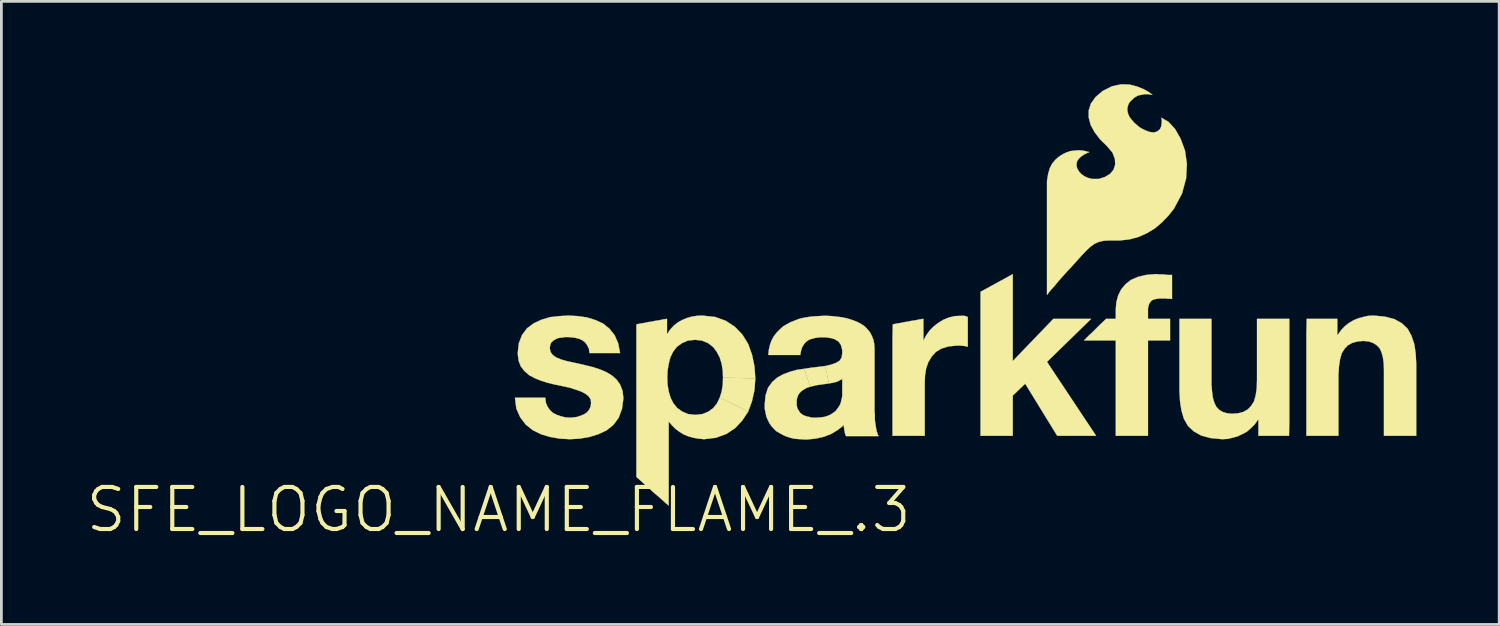
<source format=kicad_pcb>
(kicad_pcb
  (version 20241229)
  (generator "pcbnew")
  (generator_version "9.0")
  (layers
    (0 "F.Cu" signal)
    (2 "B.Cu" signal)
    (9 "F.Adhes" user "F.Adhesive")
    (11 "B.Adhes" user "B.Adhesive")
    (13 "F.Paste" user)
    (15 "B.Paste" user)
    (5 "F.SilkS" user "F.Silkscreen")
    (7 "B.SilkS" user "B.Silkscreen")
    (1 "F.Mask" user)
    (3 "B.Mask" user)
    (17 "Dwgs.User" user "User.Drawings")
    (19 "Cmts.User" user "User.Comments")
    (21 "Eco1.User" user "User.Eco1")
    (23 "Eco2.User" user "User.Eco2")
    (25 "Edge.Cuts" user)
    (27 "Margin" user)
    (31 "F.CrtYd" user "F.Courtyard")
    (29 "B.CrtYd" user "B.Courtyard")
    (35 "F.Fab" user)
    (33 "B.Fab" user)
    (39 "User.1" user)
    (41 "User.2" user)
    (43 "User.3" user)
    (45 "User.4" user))
  (footprint "SFE_LOGO_NAME_FLAME_.3"
    (layer "F.Cu")
    (at 15.022 15.423)
    (property "Reference" "SFE_LOGO_NAME_FLAME_.3" (at 0 0 0) (layer "F.SilkS") (effects (font (size 1.524 1.524) (thickness 0.15))))
    (attr exclude_from_pos_files exclude_from_bom)
    (fp_poly (pts (xy 8.009 -4.059) (xy 8.08 -4.288) (xy 8.118 -4.529) (xy 8.128 -4.788) (xy 9.299 -4.76) (xy 9.268 -4.338) (xy 9.18 -3.94) (xy 9.04 -3.559)) (stroke (width 0.01) (type solid)) (fill yes) (layer "F.SilkS"))
    (fp_poly (pts (xy 17.46 -7.899) (xy 18.628 -8.539) (xy 18.628 -5.39) (xy 20.099 -6.919) (xy 21.468 -6.919) (xy 19.868 -5.359) (xy 21.648 -2.68) (xy 20.239 -2.68) (xy 19.078 -4.569) (xy 18.628 -4.138) (xy 18.628 -2.68) (xy 17.46 -2.68)) (stroke (width 0.01) (type solid)) (fill yes) (layer "F.SilkS"))
    (fp_poly (pts (xy 11.069 -5.108) (xy 11.328 -5.149) (xy 11.587 -5.179) (xy 11.829 -5.21) (xy 11.968 -4.58) (xy 11.9 -4.569) (xy 11.829 -4.559) (xy 11.758 -4.549) (xy 11.689 -4.539) (xy 11.618 -4.529) (xy 11.549 -4.519) (xy 11.488 -4.508) (xy 11.42 -4.488) (xy 11.349 -4.478) (xy 11.288 -4.458)) (stroke (width 0.01) (type solid)) (fill yes) (layer "F.SilkS"))
    (fp_poly (pts (xy 14.28 -6.718) (xy 14.42 -6.749) (xy 14.559 -6.769) (xy 14.699 -6.8) (xy 14.829 -6.82) (xy 14.968 -6.848) (xy 15.108 -6.868) (xy 15.248 -6.899) (xy 15.39 -6.919) (xy 15.39 -6.129) (xy 15.489 -6.32) (xy 15.618 -6.5) (xy 15.768 -6.65) (xy 15.938 -6.779) (xy 16.119 -6.888) (xy 16.32 -6.97) (xy 16.528 -7.018) (xy 16.749 -7.028) (xy 16.878 -7.028) (xy 16.909 -7.018) (xy 16.939 -7.008) (xy 16.97 -6.998) (xy 16.998 -6.988) (xy 16.998 -5.908) (xy 16.96 -5.918) (xy 16.909 -5.928) (xy 16.858 -5.939) (xy 16.81 -5.939) (xy 16.749 -5.949) (xy 16.579 -5.949) (xy 16.289 -5.918) (xy 16.038 -5.839) (xy 15.839 -5.718) (xy 15.69 -5.55) (xy 15.568 -5.349) (xy 15.489 -5.118) (xy 15.448 -4.859) (xy 15.438 -4.59) (xy 15.438 -2.68) (xy 14.27 -2.68) (xy 14.27 -6.218)) (stroke (width 0.01) (type solid)) (fill yes) (layer "F.SilkS"))
    (fp_poly (pts (xy 28.639 -2.68) (xy 27.529 -2.68) (xy 27.529 -3.269) (xy 27.518 -3.269) (xy 27.399 -3.099) (xy 27.259 -2.959) (xy 27.109 -2.83) (xy 26.939 -2.738) (xy 26.769 -2.659) (xy 26.589 -2.609) (xy 26.408 -2.568) (xy 26.218 -2.558) (xy 25.799 -2.598) (xy 25.458 -2.69) (xy 25.189 -2.84) (xy 24.978 -3.038) (xy 24.828 -3.299) (xy 24.74 -3.599) (xy 24.689 -3.929) (xy 24.668 -4.308) (xy 24.668 -6.919) (xy 25.829 -6.919) (xy 25.829 -4.529) (xy 25.85 -4.28) (xy 25.878 -4.069) (xy 25.928 -3.889) (xy 25.999 -3.739) (xy 26.099 -3.63) (xy 26.228 -3.548) (xy 26.388 -3.498) (xy 26.579 -3.48) (xy 26.8 -3.498) (xy 26.988 -3.548) (xy 27.148 -3.64) (xy 27.269 -3.769) (xy 27.369 -3.929) (xy 27.429 -4.138) (xy 27.468 -4.399) (xy 27.478 -4.699) (xy 27.478 -6.919) (xy 28.649 -6.919) (xy 28.649 -3.208)) (stroke (width 0.01) (type solid)) (fill yes) (layer "F.SilkS"))
    (fp_poly (pts (xy 29.279 -6.919) (xy 30.389 -6.919) (xy 30.389 -6.33) (xy 30.399 -6.33) (xy 30.518 -6.5) (xy 30.658 -6.65) (xy 30.808 -6.769) (xy 30.978 -6.868) (xy 31.148 -6.939) (xy 31.328 -6.988) (xy 31.509 -7.028) (xy 31.699 -7.038) (xy 32.118 -6.998) (xy 32.459 -6.909) (xy 32.728 -6.759) (xy 32.939 -6.558) (xy 33.078 -6.299) (xy 33.177 -6.01) (xy 33.228 -5.669) (xy 33.249 -5.288) (xy 33.249 -2.68) (xy 32.078 -2.68) (xy 32.078 -5.08) (xy 32.068 -5.319) (xy 32.04 -5.53) (xy 31.989 -5.71) (xy 31.918 -5.86) (xy 31.808 -5.969) (xy 31.679 -6.048) (xy 31.529 -6.099) (xy 31.339 -6.119) (xy 31.118 -6.099) (xy 30.93 -6.048) (xy 30.77 -5.959) (xy 30.648 -5.829) (xy 30.549 -5.669) (xy 30.488 -5.458) (xy 30.45 -5.199) (xy 30.429 -4.9) (xy 30.429 -2.68) (xy 29.268 -2.68) (xy 29.268 -6.388)) (stroke (width 0.01) (type solid)) (fill yes) (layer "F.SilkS"))
    (fp_poly (pts (xy 22.36 -6.139) (xy 21.209 -6.139) (xy 21.308 -6.238) (xy 21.41 -6.34) (xy 21.509 -6.429) (xy 21.608 -6.528) (xy 21.709 -6.629) (xy 21.808 -6.728) (xy 21.907 -6.82) (xy 22.009 -6.919) (xy 22.36 -6.919) (xy 22.36 -7.249) (xy 22.38 -7.518) (xy 22.449 -7.77) (xy 22.558 -7.988) (xy 22.718 -8.179) (xy 22.908 -8.329) (xy 23.16 -8.438) (xy 23.449 -8.509) (xy 23.779 -8.539) (xy 23.858 -8.539) (xy 23.939 -8.529) (xy 24.089 -8.529) (xy 24.168 -8.519) (xy 24.249 -8.509) (xy 24.399 -8.509) (xy 24.399 -7.638) (xy 24.338 -7.648) (xy 24.239 -7.648) (xy 24.178 -7.658) (xy 23.97 -7.658) (xy 23.858 -7.648) (xy 23.769 -7.628) (xy 23.688 -7.6) (xy 23.63 -7.549) (xy 23.579 -7.478) (xy 23.548 -7.399) (xy 23.528 -7.3) (xy 23.528 -6.919) (xy 24.328 -6.919) (xy 24.328 -6.139) (xy 23.528 -6.139) (xy 23.528 -2.68) (xy 22.36 -2.68) (xy 22.36 -5.71)) (stroke (width 0.01) (type solid)) (fill yes) (layer "F.SilkS"))
    (fp_poly (pts (xy 9.04 -3.559) (xy 8.829 -3.239) (xy 8.57 -2.959) (xy 8.25 -2.748) (xy 7.869 -2.609) (xy 7.44 -2.558) (xy 7.239 -2.578) (xy 7.059 -2.609) (xy 6.878 -2.659) (xy 6.708 -2.728) (xy 6.558 -2.819) (xy 6.408 -2.929) (xy 6.279 -3.058) (xy 6.16 -3.198) (xy 6.16 -0.15) (xy 6.01 -0.279) (xy 5.87 -0.409) (xy 5.718 -0.538) (xy 5.568 -0.668) (xy 5.428 -0.798) (xy 5.278 -0.93) (xy 5.138 -1.059) (xy 4.989 -1.189) (xy 4.989 -6.718) (xy 5.128 -6.749) (xy 5.268 -6.769) (xy 5.408 -6.8) (xy 5.55 -6.82) (xy 5.679 -6.848) (xy 5.819 -6.868) (xy 5.959 -6.899) (xy 6.099 -6.919) (xy 6.099 -6.378) (xy 6.109 -6.378) (xy 6.218 -6.538) (xy 6.35 -6.678) (xy 6.49 -6.789) (xy 6.65 -6.878) (xy 6.82 -6.949) (xy 6.988 -6.998) (xy 7.178 -7.028) (xy 7.369 -7.038) (xy 7.838 -6.988) (xy 8.23 -6.848) (xy 8.56 -6.629) (xy 8.829 -6.35) (xy 9.04 -6.01) (xy 9.18 -5.618) (xy 9.268 -5.199) (xy 9.299 -4.76) (xy 8.128 -4.788) (xy 8.118 -5.039) (xy 8.08 -5.288) (xy 8.009 -5.519) (xy 7.899 -5.728) (xy 7.77 -5.898) (xy 7.59 -6.038) (xy 7.369 -6.129) (xy 7.12 -6.16) (xy 6.848 -6.129) (xy 6.64 -6.038) (xy 6.459 -5.908) (xy 6.32 -5.728) (xy 6.218 -5.519) (xy 6.16 -5.288) (xy 6.119 -5.039) (xy 6.109 -4.788) (xy 6.119 -4.529) (xy 6.16 -4.288) (xy 6.228 -4.059) (xy 6.33 -3.858) (xy 6.469 -3.688) (xy 6.65 -3.559) (xy 6.858 -3.47) (xy 7.12 -3.439) (xy 7.389 -3.47) (xy 7.6 -3.559) (xy 7.777 -3.688) (xy 7.91 -3.858) (xy 8.009 -4.059)) (stroke (width 0.01) (type solid)) (fill yes) (layer "F.SilkS"))
    (fp_poly (pts (xy 1.689 -4.059) (xy 1.709 -3.879) (xy 1.768 -3.739) (xy 1.859 -3.609) (xy 1.968 -3.508) (xy 2.108 -3.439) (xy 2.258 -3.388) (xy 2.418 -3.348) (xy 2.588 -3.338) (xy 2.718 -3.348) (xy 2.85 -3.368) (xy 2.969 -3.409) (xy 3.089 -3.459) (xy 3.198 -3.528) (xy 3.279 -3.63) (xy 3.33 -3.739) (xy 3.348 -3.879) (xy 3.33 -4.008) (xy 3.259 -4.11) (xy 3.15 -4.199) (xy 3 -4.28) (xy 2.809 -4.348) (xy 2.588 -4.42) (xy 2.329 -4.478) (xy 2.029 -4.539) (xy 1.778 -4.6) (xy 1.529 -4.679) (xy 1.308 -4.768) (xy 1.1 -4.879) (xy 0.93 -5.029) (xy 0.798 -5.199) (xy 0.719 -5.408) (xy 0.688 -5.669) (xy 0.729 -6.038) (xy 0.848 -6.34) (xy 1.029 -6.579) (xy 1.27 -6.759) (xy 1.549 -6.888) (xy 1.859 -6.98) (xy 2.189 -7.018) (xy 2.53 -7.038) (xy 2.868 -7.018) (xy 3.198 -6.97) (xy 3.498 -6.878) (xy 3.78 -6.749) (xy 4.008 -6.568) (xy 4.199 -6.33) (xy 4.328 -6.038) (xy 4.399 -5.679) (xy 3.289 -5.679) (xy 3.269 -5.839) (xy 3.208 -5.959) (xy 3.139 -6.058) (xy 3.038 -6.139) (xy 2.929 -6.19) (xy 2.789 -6.228) (xy 2.649 -6.248) (xy 2.499 -6.259) (xy 2.398 -6.259) (xy 2.289 -6.238) (xy 2.179 -6.228) (xy 2.078 -6.19) (xy 1.989 -6.139) (xy 1.908 -6.068) (xy 1.869 -5.979) (xy 1.849 -5.86) (xy 1.88 -5.718) (xy 1.958 -5.608) (xy 2.088 -5.519) (xy 2.258 -5.448) (xy 2.459 -5.39) (xy 2.69 -5.339) (xy 2.929 -5.288) (xy 3.17 -5.23) (xy 3.419 -5.169) (xy 3.668 -5.088) (xy 3.899 -4.989) (xy 4.1 -4.869) (xy 4.27 -4.719) (xy 4.399 -4.539) (xy 4.488 -4.308) (xy 4.519 -4.039) (xy 4.468 -3.658) (xy 4.348 -3.338) (xy 4.158 -3.078) (xy 3.909 -2.878) (xy 3.609 -2.738) (xy 3.289 -2.639) (xy 2.939 -2.578) (xy 2.578 -2.558) (xy 2.21 -2.578) (xy 1.859 -2.639) (xy 1.529 -2.738) (xy 1.229 -2.888) (xy 0.978 -3.089) (xy 0.78 -3.348) (xy 0.638 -3.668) (xy 0.589 -4.059) (xy 1.56 -4.059)) (stroke (width 0.01) (type solid)) (fill yes) (layer "F.SilkS"))
    (fp_poly (pts (xy 24.008 -14.199) (xy 24.018 -14.178) (xy 24.028 -14.127) (xy 24.028 -14.049) (xy 24.018 -13.96) (xy 23.998 -13.868) (xy 23.96 -13.79) (xy 23.879 -13.719) (xy 23.769 -13.678) (xy 23.678 -13.678) (xy 23.569 -13.698) (xy 23.459 -13.739) (xy 23.348 -13.79) (xy 23.228 -13.858) (xy 23.129 -13.94) (xy 23.028 -14.028) (xy 22.949 -14.12) (xy 22.868 -14.219) (xy 22.819 -14.318) (xy 22.789 -14.42) (xy 22.779 -14.508) (xy 22.789 -14.6) (xy 22.819 -14.689) (xy 22.86 -14.768) (xy 22.929 -14.839) (xy 23.038 -14.938) (xy 23.16 -15.009) (xy 23.289 -15.039) (xy 23.409 -15.06) (xy 23.518 -15.06) (xy 23.609 -15.05) (xy 23.668 -15.039) (xy 23.688 -15.039) (xy 23.65 -15.07) (xy 23.538 -15.149) (xy 23.358 -15.248) (xy 23.129 -15.339) (xy 22.86 -15.408) (xy 22.558 -15.418) (xy 22.228 -15.349) (xy 21.89 -15.179) (xy 21.628 -14.958) (xy 21.458 -14.719) (xy 21.379 -14.468) (xy 21.379 -14.219) (xy 21.448 -13.95) (xy 21.59 -13.688) (xy 21.788 -13.429) (xy 22.04 -13.178) (xy 22.238 -12.949) (xy 22.329 -12.718) (xy 22.339 -12.509) (xy 22.278 -12.319) (xy 22.149 -12.169) (xy 21.968 -12.06) (xy 21.747 -11.989) (xy 21.509 -11.989) (xy 21.349 -12.029) (xy 21.219 -12.088) (xy 21.11 -12.169) (xy 21.029 -12.258) (xy 20.968 -12.36) (xy 20.94 -12.459) (xy 20.94 -12.558) (xy 20.968 -12.649) (xy 21.018 -12.718) (xy 21.079 -12.779) (xy 21.148 -12.83) (xy 21.219 -12.878) (xy 21.288 -12.908) (xy 21.339 -12.939) (xy 21.379 -12.949) (xy 21.399 -12.959) (xy 21.379 -12.969) (xy 21.328 -12.979) (xy 21.25 -13) (xy 21.148 -13.018) (xy 21.029 -13.028) (xy 20.889 -13.018) (xy 20.729 -13) (xy 20.569 -12.949) (xy 20.429 -12.878) (xy 20.29 -12.789) (xy 20.168 -12.68) (xy 20.058 -12.548) (xy 19.969 -12.38) (xy 19.909 -12.169) (xy 19.868 -11.918) (xy 19.868 -7.788) (xy 19.888 -7.808) (xy 19.939 -7.879) (xy 20.018 -7.978) (xy 20.14 -8.108) (xy 20.269 -8.268) (xy 20.419 -8.438) (xy 20.589 -8.628) (xy 20.77 -8.819) (xy 20.958 -9.03) (xy 21.128 -9.218) (xy 21.288 -9.388) (xy 21.438 -9.528) (xy 21.59 -9.639) (xy 21.747 -9.708) (xy 21.928 -9.749) (xy 22.118 -9.759) (xy 22.509 -9.759) (xy 22.86 -9.799) (xy 23.188 -9.888) (xy 23.498 -10.028) (xy 23.779 -10.198) (xy 24.028 -10.409) (xy 24.26 -10.648) (xy 24.468 -10.909) (xy 24.76 -11.458) (xy 24.91 -12.009) (xy 24.938 -12.54) (xy 24.869 -13.018) (xy 24.709 -13.449) (xy 24.508 -13.8) (xy 24.27 -14.059) (xy 24.008 -14.209)) (stroke (width 0.01) (type solid)) (fill yes) (layer "F.SilkS"))
    (fp_poly (pts (xy 11.288 -4.458) (xy 11.229 -4.44) (xy 11.168 -4.42) (xy 11.11 -4.389) (xy 11.059 -4.359) (xy 11.008 -4.328) (xy 10.958 -4.288) (xy 10.919 -4.249) (xy 10.879 -4.199) (xy 10.848 -4.148) (xy 10.828 -4.089) (xy 10.808 -4.028) (xy 10.798 -3.96) (xy 10.798 -3.81) (xy 10.808 -3.739) (xy 10.828 -3.668) (xy 10.858 -3.619) (xy 10.889 -3.569) (xy 10.919 -3.518) (xy 10.968 -3.48) (xy 11.008 -3.449) (xy 11.059 -3.419) (xy 11.118 -3.399) (xy 11.179 -3.378) (xy 11.239 -3.368) (xy 11.308 -3.348) (xy 11.369 -3.338) (xy 11.509 -3.338) (xy 11.669 -3.348) (xy 11.808 -3.368) (xy 11.938 -3.409) (xy 12.04 -3.459) (xy 12.129 -3.518) (xy 12.21 -3.579) (xy 12.268 -3.658) (xy 12.319 -3.729) (xy 12.37 -3.81) (xy 12.398 -3.889) (xy 12.418 -3.978) (xy 12.438 -4.059) (xy 12.449 -4.128) (xy 12.449 -4.75) (xy 12.418 -4.719) (xy 12.37 -4.699) (xy 12.319 -4.669) (xy 12.268 -4.648) (xy 12.22 -4.628) (xy 12.159 -4.618) (xy 12.098 -4.6) (xy 12.029 -4.59) (xy 11.968 -4.58) (xy 11.829 -5.21) (xy 12.04 -5.258) (xy 12.21 -5.319) (xy 12.349 -5.397) (xy 12.428 -5.519) (xy 12.449 -5.679) (xy 12.449 -5.768) (xy 12.438 -5.839) (xy 12.418 -5.908) (xy 12.398 -5.979) (xy 12.36 -6.03) (xy 12.329 -6.078) (xy 12.278 -6.119) (xy 12.228 -6.149) (xy 12.179 -6.18) (xy 12.118 -6.198) (xy 12.06 -6.218) (xy 11.989 -6.228) (xy 11.918 -6.238) (xy 11.849 -6.248) (xy 11.618 -6.248) (xy 11.539 -6.238) (xy 11.468 -6.228) (xy 11.4 -6.208) (xy 11.328 -6.19) (xy 11.27 -6.17) (xy 11.209 -6.139) (xy 11.158 -6.099) (xy 11.11 -6.058) (xy 11.069 -6.01) (xy 11.039 -5.959) (xy 10.998 -5.898) (xy 10.978 -5.839) (xy 10.958 -5.768) (xy 10.94 -5.69) (xy 10.93 -5.608) (xy 9.769 -5.608) (xy 9.789 -5.799) (xy 9.83 -5.979) (xy 9.888 -6.139) (xy 9.97 -6.289) (xy 10.069 -6.419) (xy 10.178 -6.528) (xy 10.3 -6.64) (xy 10.429 -6.718) (xy 10.579 -6.8) (xy 10.729 -6.858) (xy 10.889 -6.919) (xy 11.059 -6.96) (xy 11.229 -6.988) (xy 11.4 -7.008) (xy 11.58 -7.018) (xy 11.758 -7.028) (xy 11.918 -7.028) (xy 12.078 -7.018) (xy 12.248 -6.998) (xy 12.408 -6.98) (xy 12.568 -6.949) (xy 12.718 -6.909) (xy 12.868 -6.858) (xy 13.01 -6.8) (xy 13.139 -6.728) (xy 13.259 -6.65) (xy 13.358 -6.548) (xy 13.449 -6.439) (xy 13.518 -6.309) (xy 13.579 -6.16) (xy 13.609 -5.999) (xy 13.619 -5.819) (xy 13.619 -3.538) (xy 13.63 -3.47) (xy 13.63 -3.259) (xy 13.64 -3.188) (xy 13.65 -3.119) (xy 13.658 -3.058) (xy 13.668 -3) (xy 13.678 -2.939) (xy 13.688 -2.888) (xy 13.698 -2.84) (xy 13.719 -2.789) (xy 13.729 -2.738) (xy 13.749 -2.697) (xy 13.769 -2.67) (xy 12.588 -2.67) (xy 12.578 -2.69) (xy 12.568 -2.718) (xy 12.558 -2.738) (xy 12.548 -2.769) (xy 12.54 -2.799) (xy 12.54 -2.819) (xy 12.53 -2.85) (xy 12.53 -2.868) (xy 12.52 -2.898) (xy 12.52 -2.949) (xy 12.509 -2.979) (xy 12.509 -3.078) (xy 12.438 -3.01) (xy 12.36 -2.949) (xy 12.278 -2.888) (xy 12.2 -2.84) (xy 12.118 -2.789) (xy 12.029 -2.738) (xy 11.938 -2.708) (xy 11.849 -2.67) (xy 11.758 -2.639) (xy 11.669 -2.619) (xy 11.57 -2.598) (xy 11.468 -2.578) (xy 11.379 -2.568) (xy 11.278 -2.558) (xy 11.179 -2.548) (xy 11.079 -2.548) (xy 10.93 -2.558) (xy 10.78 -2.568) (xy 10.648 -2.588) (xy 10.508 -2.629) (xy 10.389 -2.67) (xy 10.269 -2.728) (xy 10.16 -2.789) (xy 10.048 -2.857) (xy 9.959 -2.949) (xy 9.878 -3.038) (xy 9.809 -3.139) (xy 9.749 -3.259) (xy 9.698 -3.378) (xy 9.67 -3.518) (xy 9.639 -3.668) (xy 9.639 -3.818) (xy 9.67 -4.148) (xy 9.759 -4.42) (xy 9.909 -4.628) (xy 10.089 -4.788) (xy 10.31 -4.91) (xy 10.549 -4.999) (xy 10.798 -5.07) (xy 11.069 -5.108)) (stroke (width 0.01) (type solid)) (fill yes) (layer "F.SilkS")))
  (gr_rect
    (start -3 -3)
    (end 51.276 19.578)
    (stroke (width 0.1) (type default))
    (fill no)
    (layer "Edge.Cuts")))
</source>
